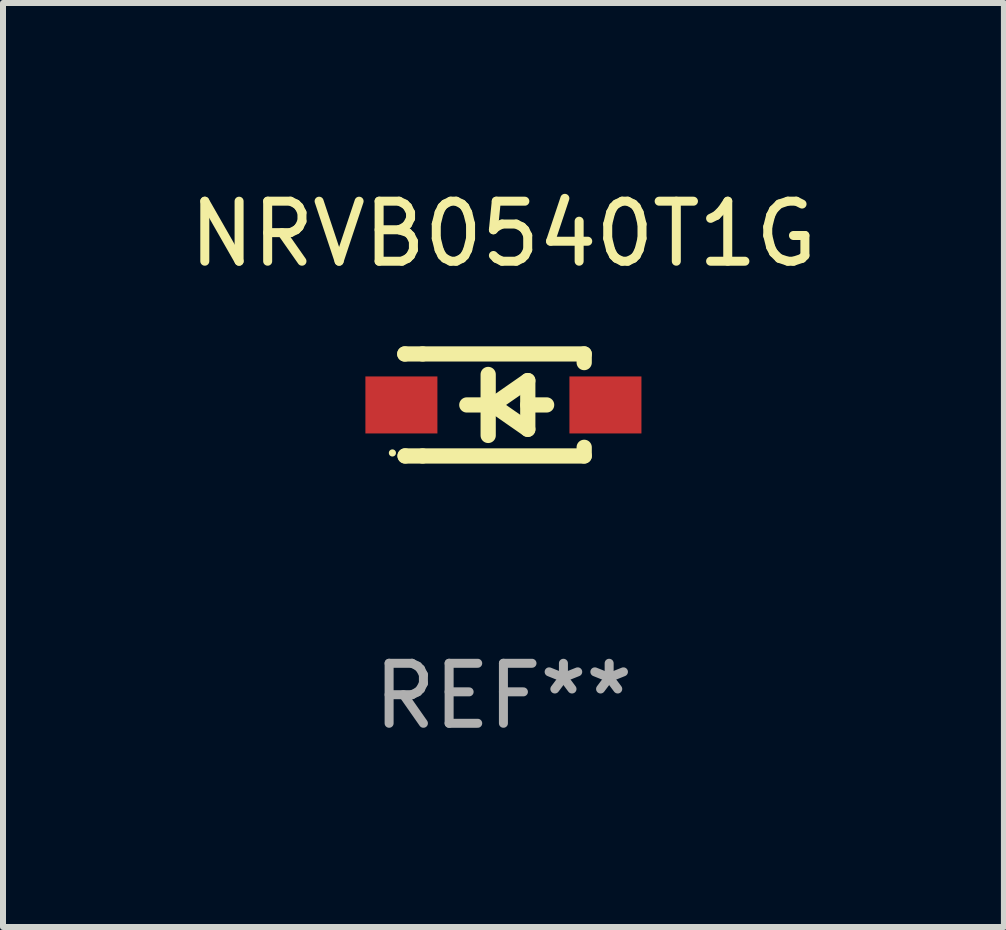
<source format=kicad_pcb>
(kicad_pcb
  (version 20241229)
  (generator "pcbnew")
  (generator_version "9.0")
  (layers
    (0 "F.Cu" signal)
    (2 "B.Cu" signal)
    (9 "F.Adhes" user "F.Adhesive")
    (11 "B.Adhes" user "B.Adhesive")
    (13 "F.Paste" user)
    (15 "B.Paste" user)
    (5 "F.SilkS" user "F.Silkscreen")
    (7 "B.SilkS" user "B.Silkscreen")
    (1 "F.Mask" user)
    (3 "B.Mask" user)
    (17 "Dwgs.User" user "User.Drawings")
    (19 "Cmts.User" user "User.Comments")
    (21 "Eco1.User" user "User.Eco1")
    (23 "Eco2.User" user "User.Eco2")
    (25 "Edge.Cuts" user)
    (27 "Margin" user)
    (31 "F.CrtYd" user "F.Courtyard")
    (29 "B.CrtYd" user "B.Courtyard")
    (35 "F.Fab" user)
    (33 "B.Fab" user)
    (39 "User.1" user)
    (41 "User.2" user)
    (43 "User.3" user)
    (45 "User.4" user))
  (footprint "NRVB0540T1G"
    (layer "F.Cu")
    (at 5.339 3.698)
    (property "Reference" "NRVB0540T1G" (at 0 -2.85 0) (layer "F.SilkS") (effects (font (size 1 1) (thickness 0.15))))
    (attr through_hole)
    (fp_line (start -1.643 -0.85) (end -1.644 -0.849) (stroke (width 0.254) (type solid)) (layer "F.SilkS"))
    (fp_line (start -1.638 0.85) (end -1.639 0.849) (stroke (width 0.254) (type solid)) (layer "F.SilkS"))
    (fp_line (start -1.346 -0.85) (end -1.643 -0.85) (stroke (width 0.254) (type solid)) (layer "F.SilkS"))
    (fp_line (start -1.346 -0.85) (end 1.346 -0.85) (stroke (width 0.254) (type solid)) (layer "F.SilkS"))
    (fp_line (start -1.346 0.85) (end -1.638 0.85) (stroke (width 0.254) (type solid)) (layer "F.SilkS"))
    (fp_line (start -0.28 0) (end -0.61 0) (stroke (width 0.254) (type solid)) (layer "F.SilkS"))
    (fp_line (start -0.254 -0.508) (end -0.254 0.508) (stroke (width 0.254) (type solid)) (layer "F.SilkS"))
    (fp_line (start -0.178 0) (end 0.406 -0.406) (stroke (width 0.254) (type solid)) (layer "F.SilkS"))
    (fp_line (start 0.406 -0.406) (end 0.406 0.406) (stroke (width 0.254) (type solid)) (layer "F.SilkS"))
    (fp_line (start 0.406 -0.000254) (end 0.72 -0.000254) (stroke (width 0.254) (type solid)) (layer "F.SilkS"))
    (fp_line (start 0.406 0.406) (end -0.178 0) (stroke (width 0.254) (type solid)) (layer "F.SilkS"))
    (fp_line (start 1.346 -0.85) (end 1.346 -0.706) (stroke (width 0.254) (type solid)) (layer "F.SilkS"))
    (fp_line (start 1.346 0.706) (end 1.346 0.85) (stroke (width 0.254) (type solid)) (layer "F.SilkS"))
    (fp_line (start 1.346 0.85) (end -1.346 0.85) (stroke (width 0.254) (type solid)) (layer "F.SilkS"))
    (fp_circle (center -1.85 0.8) (end -1.82 0.8) (stroke (width 0.06) (type solid)) (fill no) (layer "F.SilkS"))
    (fp_text user "REF**" (at 0 4.85 0) (layer "F.Fab") (effects (font (size 1 1) (thickness 0.15))))
    (pad "1" smd rect (at -1.7 0) (size 1.2 0.95) (layers "F.Cu" "F.Mask" "F.Paste"))
    (pad "2" smd rect (at 1.7 0) (size 1.2 0.95) (layers "F.Cu" "F.Mask" "F.Paste")))
  (gr_rect
    (start -3 -3)
    (end 13.679 12.397)
    (stroke (width 0.1) (type default))
    (fill no)
    (layer "Edge.Cuts")))
</source>
